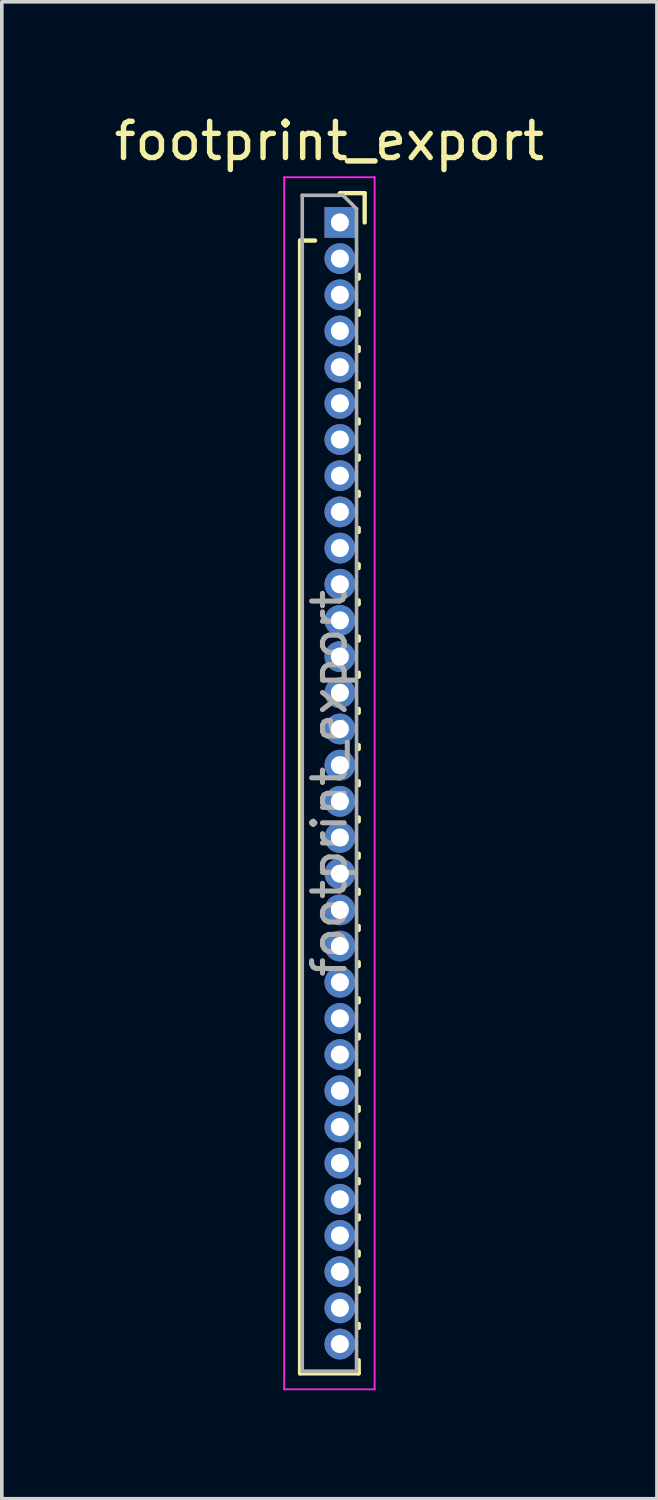
<source format=kicad_pcb>
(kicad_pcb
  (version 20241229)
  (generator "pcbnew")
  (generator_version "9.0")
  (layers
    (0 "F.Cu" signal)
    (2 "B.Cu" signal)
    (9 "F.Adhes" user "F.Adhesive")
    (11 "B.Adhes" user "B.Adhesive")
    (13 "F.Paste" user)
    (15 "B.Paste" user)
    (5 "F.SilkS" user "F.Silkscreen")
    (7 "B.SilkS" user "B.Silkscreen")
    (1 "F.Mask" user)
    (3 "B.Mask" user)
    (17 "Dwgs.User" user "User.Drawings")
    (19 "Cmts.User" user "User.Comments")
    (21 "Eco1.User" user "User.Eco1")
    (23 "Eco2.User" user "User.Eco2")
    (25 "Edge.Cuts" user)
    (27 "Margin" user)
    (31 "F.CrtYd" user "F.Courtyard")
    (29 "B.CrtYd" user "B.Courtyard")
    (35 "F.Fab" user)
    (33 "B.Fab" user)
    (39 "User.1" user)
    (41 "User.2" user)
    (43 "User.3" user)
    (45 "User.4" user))
  (footprint "footprint_export"
    (layer "F.Cu")
    (at 6.344 3.098)
    (property "Reference" "footprint_export" (at -0.29 -2.25 0) (layer "F.SilkS") (effects (font (size 1 1) (thickness 0.15))))
    (attr through_hole)
    (fp_line (start -1.1 0.5) (end -1.1 31.81) (stroke (width 0.12) (type solid)) (layer "F.SilkS"))
    (fp_line (start -1.1 0.5) (end -0.685 0.5) (stroke (width 0.12) (type solid)) (layer "F.SilkS"))
    (fp_line (start -1.1 31.81) (end 0.52 31.81) (stroke (width 0.12) (type solid)) (layer "F.SilkS"))
    (fp_line (start 0 -0.81) (end 0.685 -0.81) (stroke (width 0.12) (type solid)) (layer "F.SilkS"))
    (fp_line (start 0.52 1.446) (end 0.52 1.554) (stroke (width 0.12) (type solid)) (layer "F.SilkS"))
    (fp_line (start 0.52 2.446) (end 0.52 2.554) (stroke (width 0.12) (type solid)) (layer "F.SilkS"))
    (fp_line (start 0.52 3.446) (end 0.52 3.554) (stroke (width 0.12) (type solid)) (layer "F.SilkS"))
    (fp_line (start 0.52 4.446) (end 0.52 4.554) (stroke (width 0.12) (type solid)) (layer "F.SilkS"))
    (fp_line (start 0.52 5.446) (end 0.52 5.554) (stroke (width 0.12) (type solid)) (layer "F.SilkS"))
    (fp_line (start 0.52 6.446) (end 0.52 6.554) (stroke (width 0.12) (type solid)) (layer "F.SilkS"))
    (fp_line (start 0.52 7.446) (end 0.52 7.554) (stroke (width 0.12) (type solid)) (layer "F.SilkS"))
    (fp_line (start 0.52 8.446) (end 0.52 8.554) (stroke (width 0.12) (type solid)) (layer "F.SilkS"))
    (fp_line (start 0.52 9.446) (end 0.52 9.554) (stroke (width 0.12) (type solid)) (layer "F.SilkS"))
    (fp_line (start 0.52 10.446) (end 0.52 10.554) (stroke (width 0.12) (type solid)) (layer "F.SilkS"))
    (fp_line (start 0.52 11.446) (end 0.52 11.554) (stroke (width 0.12) (type solid)) (layer "F.SilkS"))
    (fp_line (start 0.52 12.446) (end 0.52 12.554) (stroke (width 0.12) (type solid)) (layer "F.SilkS"))
    (fp_line (start 0.52 13.446) (end 0.52 13.554) (stroke (width 0.12) (type solid)) (layer "F.SilkS"))
    (fp_line (start 0.52 14.446) (end 0.52 14.554) (stroke (width 0.12) (type solid)) (layer "F.SilkS"))
    (fp_line (start 0.52 15.446) (end 0.52 15.554) (stroke (width 0.12) (type solid)) (layer "F.SilkS"))
    (fp_line (start 0.52 16.446) (end 0.52 16.554) (stroke (width 0.12) (type solid)) (layer "F.SilkS"))
    (fp_line (start 0.52 17.446) (end 0.52 17.554) (stroke (width 0.12) (type solid)) (layer "F.SilkS"))
    (fp_line (start 0.52 18.446) (end 0.52 18.554) (stroke (width 0.12) (type solid)) (layer "F.SilkS"))
    (fp_line (start 0.52 19.446) (end 0.52 19.554) (stroke (width 0.12) (type solid)) (layer "F.SilkS"))
    (fp_line (start 0.52 20.446) (end 0.52 20.554) (stroke (width 0.12) (type solid)) (layer "F.SilkS"))
    (fp_line (start 0.52 21.446) (end 0.52 21.554) (stroke (width 0.12) (type solid)) (layer "F.SilkS"))
    (fp_line (start 0.52 22.446) (end 0.52 22.554) (stroke (width 0.12) (type solid)) (layer "F.SilkS"))
    (fp_line (start 0.52 23.446) (end 0.52 23.554) (stroke (width 0.12) (type solid)) (layer "F.SilkS"))
    (fp_line (start 0.52 24.446) (end 0.52 24.554) (stroke (width 0.12) (type solid)) (layer "F.SilkS"))
    (fp_line (start 0.52 25.446) (end 0.52 25.554) (stroke (width 0.12) (type solid)) (layer "F.SilkS"))
    (fp_line (start 0.52 26.446) (end 0.52 26.554) (stroke (width 0.12) (type solid)) (layer "F.SilkS"))
    (fp_line (start 0.52 27.446) (end 0.52 27.554) (stroke (width 0.12) (type solid)) (layer "F.SilkS"))
    (fp_line (start 0.52 28.446) (end 0.52 28.554) (stroke (width 0.12) (type solid)) (layer "F.SilkS"))
    (fp_line (start 0.52 29.446) (end 0.52 29.554) (stroke (width 0.12) (type solid)) (layer "F.SilkS"))
    (fp_line (start 0.52 30.446) (end 0.52 30.554) (stroke (width 0.12) (type solid)) (layer "F.SilkS"))
    (fp_line (start 0.52 31.446) (end 0.52 31.81) (stroke (width 0.12) (type solid)) (layer "F.SilkS"))
    (fp_line (start 0.685 -0.81) (end 0.685 0) (stroke (width 0.12) (type solid)) (layer "F.SilkS"))
    (fp_line (start -1.54 -1.25) (end 0.96 -1.25) (stroke (width 0.05) (type solid)) (layer "F.CrtYd"))
    (fp_line (start -1.54 32.25) (end -1.54 -1.25) (stroke (width 0.05) (type solid)) (layer "F.CrtYd"))
    (fp_line (start 0.96 -1.25) (end 0.96 32.25) (stroke (width 0.05) (type solid)) (layer "F.CrtYd"))
    (fp_line (start 0.96 32.25) (end -1.54 32.25) (stroke (width 0.05) (type solid)) (layer "F.CrtYd"))
    (fp_line (start -1.04 -0.75) (end 0.085 -0.75) (stroke (width 0.1) (type solid)) (layer "F.Fab"))
    (fp_line (start -1.04 31.75) (end -1.04 -0.75) (stroke (width 0.1) (type solid)) (layer "F.Fab"))
    (fp_line (start 0.085 -0.75) (end 0.46 -0.375) (stroke (width 0.1) (type solid)) (layer "F.Fab"))
    (fp_line (start 0.46 -0.375) (end 0.46 31.75) (stroke (width 0.1) (type solid)) (layer "F.Fab"))
    (fp_line (start 0.46 31.75) (end -1.04 31.75) (stroke (width 0.1) (type solid)) (layer "F.Fab"))
    (fp_text user "${REFERENCE}" (at -0.29 15.5 90) (layer "F.Fab") (effects (font (size 0.9 0.9) (thickness 0.14))))
    (pad "1" thru_hole rect (at 0 0) (size 0.85 0.85) (drill 0.5) (layers "*.Cu" "*.Mask"))
    (pad "2" thru_hole oval (at 0 1) (size 0.85 0.85) (drill 0.5) (layers "*.Cu" "*.Mask"))
    (pad "3" thru_hole oval (at 0 2) (size 0.85 0.85) (drill 0.5) (layers "*.Cu" "*.Mask"))
    (pad "4" thru_hole oval (at 0 3) (size 0.85 0.85) (drill 0.5) (layers "*.Cu" "*.Mask"))
    (pad "5" thru_hole oval (at 0 4) (size 0.85 0.85) (drill 0.5) (layers "*.Cu" "*.Mask"))
    (pad "6" thru_hole oval (at 0 5) (size 0.85 0.85) (drill 0.5) (layers "*.Cu" "*.Mask"))
    (pad "7" thru_hole oval (at 0 6) (size 0.85 0.85) (drill 0.5) (layers "*.Cu" "*.Mask"))
    (pad "8" thru_hole oval (at 0 7) (size 0.85 0.85) (drill 0.5) (layers "*.Cu" "*.Mask"))
    (pad "9" thru_hole oval (at 0 8) (size 0.85 0.85) (drill 0.5) (layers "*.Cu" "*.Mask"))
    (pad "10" thru_hole oval (at 0 9) (size 0.85 0.85) (drill 0.5) (layers "*.Cu" "*.Mask"))
    (pad "11" thru_hole oval (at 0 10) (size 0.85 0.85) (drill 0.5) (layers "*.Cu" "*.Mask"))
    (pad "12" thru_hole oval (at 0 11) (size 0.85 0.85) (drill 0.5) (layers "*.Cu" "*.Mask"))
    (pad "13" thru_hole oval (at 0 12) (size 0.85 0.85) (drill 0.5) (layers "*.Cu" "*.Mask"))
    (pad "14" thru_hole oval (at 0 13) (size 0.85 0.85) (drill 0.5) (layers "*.Cu" "*.Mask"))
    (pad "15" thru_hole oval (at 0 14) (size 0.85 0.85) (drill 0.5) (layers "*.Cu" "*.Mask"))
    (pad "16" thru_hole oval (at 0 15) (size 0.85 0.85) (drill 0.5) (layers "*.Cu" "*.Mask"))
    (pad "17" thru_hole oval (at 0 16) (size 0.85 0.85) (drill 0.5) (layers "*.Cu" "*.Mask"))
    (pad "18" thru_hole oval (at 0 17) (size 0.85 0.85) (drill 0.5) (layers "*.Cu" "*.Mask"))
    (pad "19" thru_hole oval (at 0 18) (size 0.85 0.85) (drill 0.5) (layers "*.Cu" "*.Mask"))
    (pad "20" thru_hole oval (at 0 19) (size 0.85 0.85) (drill 0.5) (layers "*.Cu" "*.Mask"))
    (pad "21" thru_hole oval (at 0 20) (size 0.85 0.85) (drill 0.5) (layers "*.Cu" "*.Mask"))
    (pad "22" thru_hole oval (at 0 21) (size 0.85 0.85) (drill 0.5) (layers "*.Cu" "*.Mask"))
    (pad "23" thru_hole oval (at 0 22) (size 0.85 0.85) (drill 0.5) (layers "*.Cu" "*.Mask"))
    (pad "24" thru_hole oval (at 0 23) (size 0.85 0.85) (drill 0.5) (layers "*.Cu" "*.Mask"))
    (pad "25" thru_hole oval (at 0 24) (size 0.85 0.85) (drill 0.5) (layers "*.Cu" "*.Mask"))
    (pad "26" thru_hole oval (at 0 25) (size 0.85 0.85) (drill 0.5) (layers "*.Cu" "*.Mask"))
    (pad "27" thru_hole oval (at 0 26) (size 0.85 0.85) (drill 0.5) (layers "*.Cu" "*.Mask"))
    (pad "28" thru_hole oval (at 0 27) (size 0.85 0.85) (drill 0.5) (layers "*.Cu" "*.Mask"))
    (pad "29" thru_hole oval (at 0 28) (size 0.85 0.85) (drill 0.5) (layers "*.Cu" "*.Mask"))
    (pad "30" thru_hole oval (at 0 29) (size 0.85 0.85) (drill 0.5) (layers "*.Cu" "*.Mask"))
    (pad "31" thru_hole oval (at 0 30) (size 0.85 0.85) (drill 0.5) (layers "*.Cu" "*.Mask"))
    (pad "32" thru_hole oval (at 0 31) (size 0.85 0.85) (drill 0.5) (layers "*.Cu" "*.Mask")))
  (gr_rect
    (start -3 -3)
    (end 15.107 38.373)
    (stroke (width 0.1) (type default))
    (fill no)
    (layer "Edge.Cuts")))
</source>
